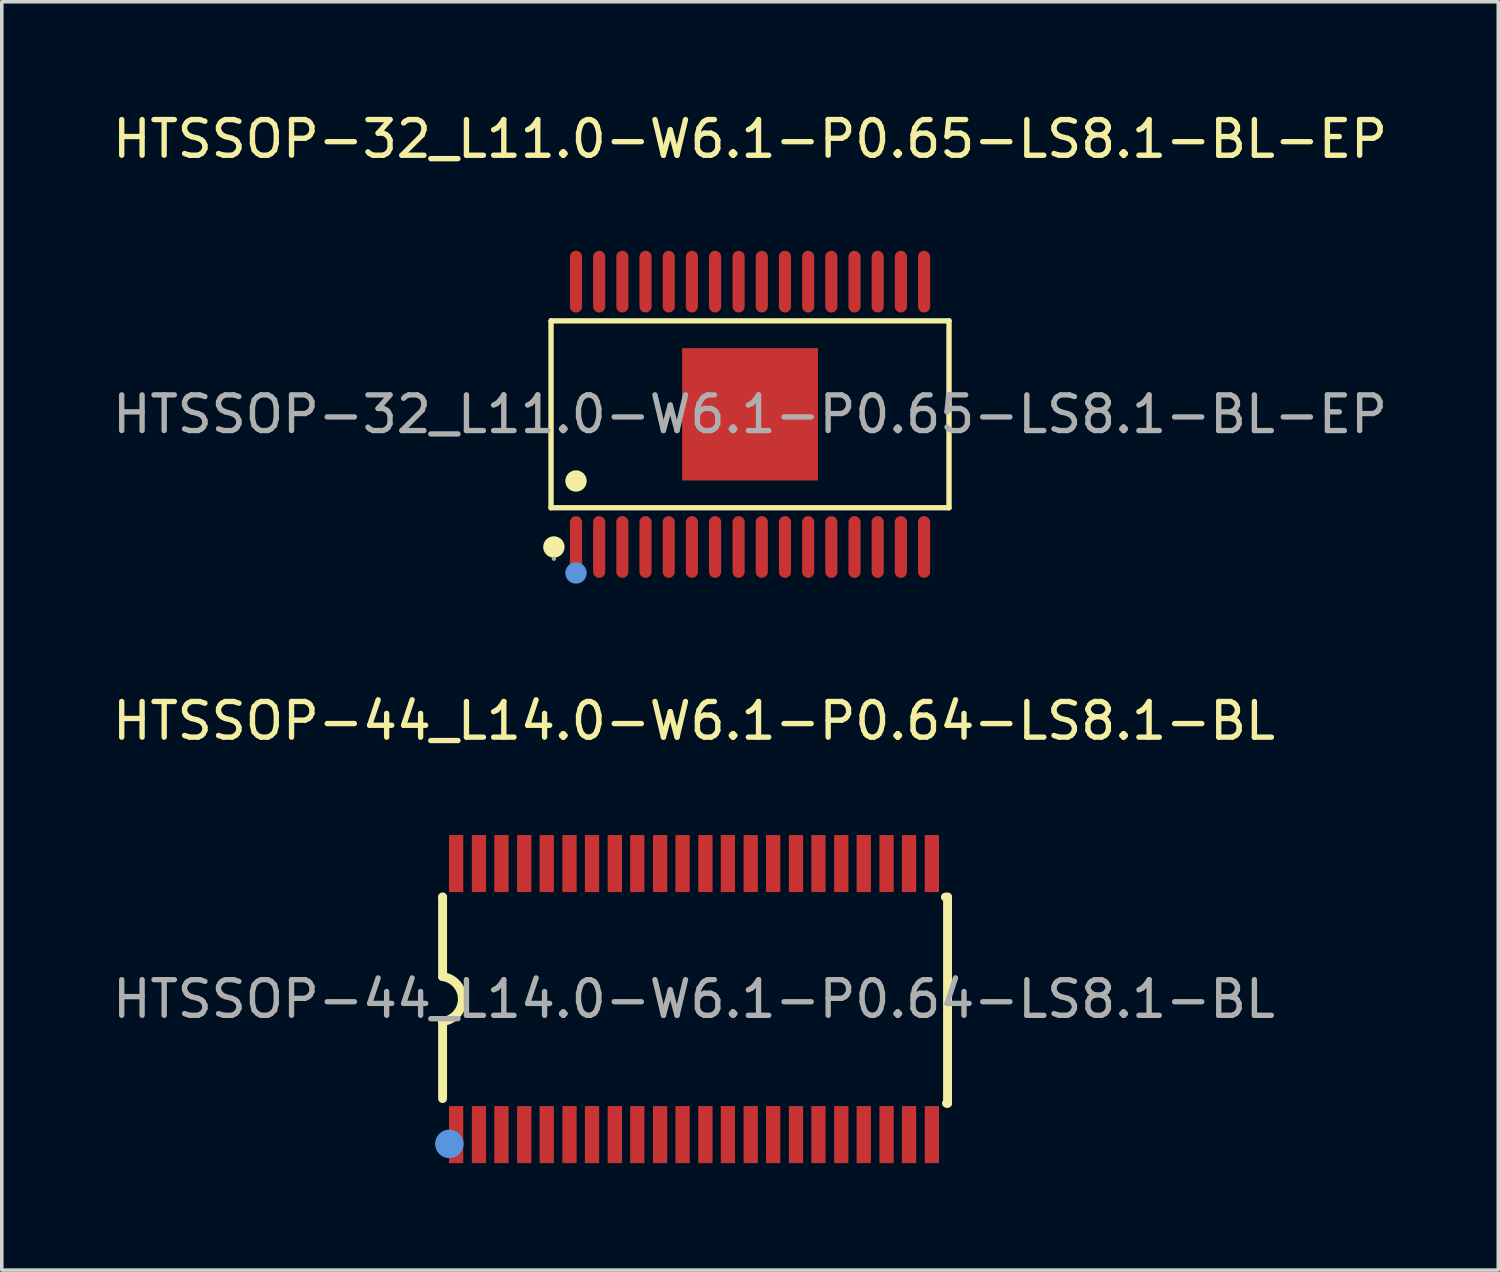
<source format=kicad_pcb>
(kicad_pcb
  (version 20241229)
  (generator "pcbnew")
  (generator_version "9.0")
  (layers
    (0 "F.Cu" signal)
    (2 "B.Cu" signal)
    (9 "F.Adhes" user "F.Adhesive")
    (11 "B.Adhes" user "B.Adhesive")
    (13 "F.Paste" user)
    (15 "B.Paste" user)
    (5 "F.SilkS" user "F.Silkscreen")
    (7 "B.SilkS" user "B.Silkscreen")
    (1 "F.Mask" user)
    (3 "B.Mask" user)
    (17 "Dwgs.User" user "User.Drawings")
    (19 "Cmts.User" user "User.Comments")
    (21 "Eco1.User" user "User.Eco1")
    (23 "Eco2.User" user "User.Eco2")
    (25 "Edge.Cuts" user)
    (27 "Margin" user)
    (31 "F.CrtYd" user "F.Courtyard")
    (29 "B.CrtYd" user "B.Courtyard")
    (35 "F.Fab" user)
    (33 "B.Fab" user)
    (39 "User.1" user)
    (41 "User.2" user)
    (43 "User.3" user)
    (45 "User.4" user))
  (footprint "HTSSOP-32_L11.0-W6.1-P0.65-LS8.1-BL-EP"
    (layer "F.Cu")
    (at 17.982 8.568)
    (property "Reference" "HTSSOP-32_L11.0-W6.1-P0.65-LS8.1-BL-EP" (at 0 -7.72 0) (layer "F.SilkS") (effects (font (size 1 1) (thickness 0.15))))
    (attr through_hole)
    (fp_line (start -5.58 -2.62) (end 5.58 -2.62) (stroke (width 0.15) (type solid)) (layer "F.SilkS"))
    (fp_line (start -5.58 2.62) (end -5.58 -2.62) (stroke (width 0.15) (type solid)) (layer "F.SilkS"))
    (fp_line (start 5.58 -2.62) (end 5.58 2.62) (stroke (width 0.15) (type solid)) (layer "F.SilkS"))
    (fp_line (start 5.58 2.62) (end -5.58 2.62) (stroke (width 0.15) (type solid)) (layer "F.SilkS"))
    (fp_circle (center -5.5 3.72) (end -5.35 3.72) (stroke (width 0.3) (type solid)) (fill no) (layer "F.SilkS"))
    (fp_circle (center -4.88 1.87) (end -4.73 1.87) (stroke (width 0.3) (type solid)) (fill no) (layer "F.SilkS"))
    (fp_circle (center -4.88 4.45) (end -4.73 4.45) (stroke (width 0.3) (type solid)) (fill no) (layer "Cmts.User"))
    (fp_circle (center -5.5 4.05) (end -5.47 4.05) (stroke (width 0.06) (type solid)) (fill no) (layer "F.Fab"))
    (fp_text user "${REFERENCE}" (at 0 0 0) (layer "F.Fab") (effects (font (size 1 1) (thickness 0.15))))
    (pad "1" smd oval (at -4.88 3.72) (size 0.34 1.73) (layers "F.Cu" "F.Mask" "F.Paste"))
    (pad "2" smd oval (at -4.23 3.72) (size 0.34 1.73) (layers "F.Cu" "F.Mask" "F.Paste"))
    (pad "3" smd oval (at -3.58 3.72) (size 0.34 1.73) (layers "F.Cu" "F.Mask" "F.Paste"))
    (pad "4" smd oval (at -2.93 3.72) (size 0.34 1.73) (layers "F.Cu" "F.Mask" "F.Paste"))
    (pad "5" smd oval (at -2.28 3.72) (size 0.34 1.73) (layers "F.Cu" "F.Mask" "F.Paste"))
    (pad "6" smd oval (at -1.63 3.72) (size 0.34 1.73) (layers "F.Cu" "F.Mask" "F.Paste"))
    (pad "7" smd oval (at -0.98 3.72) (size 0.34 1.73) (layers "F.Cu" "F.Mask" "F.Paste"))
    (pad "8" smd oval (at -0.32 3.72) (size 0.34 1.73) (layers "F.Cu" "F.Mask" "F.Paste"))
    (pad "9" smd oval (at 0.33 3.72) (size 0.34 1.73) (layers "F.Cu" "F.Mask" "F.Paste"))
    (pad "10" smd oval (at 0.98 3.72) (size 0.34 1.73) (layers "F.Cu" "F.Mask" "F.Paste"))
    (pad "11" smd oval (at 1.63 3.72) (size 0.34 1.73) (layers "F.Cu" "F.Mask" "F.Paste"))
    (pad "12" smd oval (at 2.28 3.72) (size 0.34 1.73) (layers "F.Cu" "F.Mask" "F.Paste"))
    (pad "13" smd oval (at 2.93 3.72) (size 0.34 1.73) (layers "F.Cu" "F.Mask" "F.Paste"))
    (pad "14" smd oval (at 3.58 3.72) (size 0.34 1.73) (layers "F.Cu" "F.Mask" "F.Paste"))
    (pad "15" smd oval (at 4.23 3.72) (size 0.34 1.73) (layers "F.Cu" "F.Mask" "F.Paste"))
    (pad "16" smd oval (at 4.88 3.72) (size 0.34 1.73) (layers "F.Cu" "F.Mask" "F.Paste"))
    (pad "17" smd oval (at 4.88 -3.72) (size 0.34 1.73) (layers "F.Cu" "F.Mask" "F.Paste"))
    (pad "18" smd oval (at 4.23 -3.72) (size 0.34 1.73) (layers "F.Cu" "F.Mask" "F.Paste"))
    (pad "19" smd oval (at 3.58 -3.72) (size 0.34 1.73) (layers "F.Cu" "F.Mask" "F.Paste"))
    (pad "20" smd oval (at 2.93 -3.72) (size 0.34 1.73) (layers "F.Cu" "F.Mask" "F.Paste"))
    (pad "21" smd oval (at 2.28 -3.72) (size 0.34 1.73) (layers "F.Cu" "F.Mask" "F.Paste"))
    (pad "22" smd oval (at 1.63 -3.72) (size 0.34 1.73) (layers "F.Cu" "F.Mask" "F.Paste"))
    (pad "23" smd oval (at 0.98 -3.72) (size 0.34 1.73) (layers "F.Cu" "F.Mask" "F.Paste"))
    (pad "24" smd oval (at 0.33 -3.72) (size 0.34 1.73) (layers "F.Cu" "F.Mask" "F.Paste"))
    (pad "25" smd oval (at -0.32 -3.72) (size 0.34 1.73) (layers "F.Cu" "F.Mask" "F.Paste"))
    (pad "26" smd oval (at -0.98 -3.72) (size 0.34 1.73) (layers "F.Cu" "F.Mask" "F.Paste"))
    (pad "27" smd oval (at -1.63 -3.72) (size 0.34 1.73) (layers "F.Cu" "F.Mask" "F.Paste"))
    (pad "28" smd oval (at -2.28 -3.72) (size 0.34 1.73) (layers "F.Cu" "F.Mask" "F.Paste"))
    (pad "29" smd oval (at -2.93 -3.72) (size 0.34 1.73) (layers "F.Cu" "F.Mask" "F.Paste"))
    (pad "30" smd oval (at -3.58 -3.72) (size 0.34 1.73) (layers "F.Cu" "F.Mask" "F.Paste"))
    (pad "31" smd oval (at -4.23 -3.72) (size 0.34 1.73) (layers "F.Cu" "F.Mask" "F.Paste"))
    (pad "32" smd oval (at -4.88 -3.72) (size 0.34 1.73) (layers "F.Cu" "F.Mask" "F.Paste"))
    (pad "33" smd rect (at 0 0) (size 3.81 3.71) (layers "F.Cu" "F.Mask" "F.Paste")))
  (footprint "HTSSOP-44_L14.0-W6.1-P0.64-LS8.1-BL"
    (layer "F.Cu")
    (at 16.411 24.966)
    (property "Reference" "HTSSOP-44_L14.0-W6.1-P0.64-LS8.1-BL" (at 0 -7.8 0) (layer "F.SilkS") (effects (font (size 1 1) (thickness 0.15))))
    (attr through_hole)
    (fp_line (start -7.05 -2.86) (end -7.05 -2.86) (stroke (width 0.25) (type solid)) (layer "F.SilkS"))
    (fp_line (start -7.05 -0.64) (end -7.05 -2.86) (stroke (width 0.25) (type solid)) (layer "F.SilkS"))
    (fp_line (start -7.05 2.79) (end -7.05 0.62) (stroke (width 0.25) (type solid)) (layer "F.SilkS"))
    (fp_line (start 7.05 -2.86) (end 7.11 -2.86) (stroke (width 0.25) (type solid)) (layer "F.SilkS"))
    (fp_line (start 7.11 -2.86) (end 7.11 2.92) (stroke (width 0.25) (type solid)) (layer "F.SilkS"))
    (fp_line (start 7.11 2.92) (end 7.08 2.92) (stroke (width 0.25) (type solid)) (layer "F.SilkS"))
    (fp_arc (start -7.051582 -0.630199) (mid -6.494941 -0.000797) (end -7.05 0.63) (stroke (width 0.25) (type solid)) (layer "F.SilkS"))
    (fp_circle (center -6.86 4.06) (end -6.66 4.06) (stroke (width 0.4) (type solid)) (fill no) (layer "Cmts.User"))
    (fp_circle (center -7 4.1) (end -6.95 4.1) (stroke (width 0.1) (type solid)) (fill no) (layer "F.Fab"))
    (fp_text user "${REFERENCE}" (at 0 0 0) (layer "F.Fab") (effects (font (size 1 1) (thickness 0.15))))
    (pad "1" smd rect (at -6.67 3.8 90) (size 1.6 0.4) (layers "F.Cu" "F.Mask" "F.Paste"))
    (pad "2" smd rect (at -6.03 3.8 90) (size 1.6 0.4) (layers "F.Cu" "F.Mask" "F.Paste"))
    (pad "3" smd rect (at -5.4 3.8 90) (size 1.6 0.4) (layers "F.Cu" "F.Mask" "F.Paste"))
    (pad "4" smd rect (at -4.76 3.8 90) (size 1.6 0.4) (layers "F.Cu" "F.Mask" "F.Paste"))
    (pad "5" smd rect (at -4.13 3.8 90) (size 1.6 0.4) (layers "F.Cu" "F.Mask" "F.Paste"))
    (pad "6" smd rect (at -3.49 3.8 90) (size 1.6 0.4) (layers "F.Cu" "F.Mask" "F.Paste"))
    (pad "7" smd rect (at -2.86 3.8 90) (size 1.6 0.4) (layers "F.Cu" "F.Mask" "F.Paste"))
    (pad "8" smd rect (at -2.22 3.8 90) (size 1.6 0.4) (layers "F.Cu" "F.Mask" "F.Paste"))
    (pad "9" smd rect (at -1.59 3.8 90) (size 1.6 0.4) (layers "F.Cu" "F.Mask" "F.Paste"))
    (pad "10" smd rect (at -0.95 3.8 90) (size 1.6 0.4) (layers "F.Cu" "F.Mask" "F.Paste"))
    (pad "11" smd rect (at -0.32 3.8 90) (size 1.6 0.4) (layers "F.Cu" "F.Mask" "F.Paste"))
    (pad "12" smd rect (at 0.32 3.8 90) (size 1.6 0.4) (layers "F.Cu" "F.Mask" "F.Paste"))
    (pad "13" smd rect (at 0.95 3.8 90) (size 1.6 0.4) (layers "F.Cu" "F.Mask" "F.Paste"))
    (pad "14" smd rect (at 1.59 3.8 90) (size 1.6 0.4) (layers "F.Cu" "F.Mask" "F.Paste"))
    (pad "15" smd rect (at 2.22 3.8 90) (size 1.6 0.4) (layers "F.Cu" "F.Mask" "F.Paste"))
    (pad "16" smd rect (at 2.86 3.8 90) (size 1.6 0.4) (layers "F.Cu" "F.Mask" "F.Paste"))
    (pad "17" smd rect (at 3.49 3.8 90) (size 1.6 0.4) (layers "F.Cu" "F.Mask" "F.Paste"))
    (pad "18" smd rect (at 4.13 3.8 90) (size 1.6 0.4) (layers "F.Cu" "F.Mask" "F.Paste"))
    (pad "19" smd rect (at 4.76 3.8 90) (size 1.6 0.4) (layers "F.Cu" "F.Mask" "F.Paste"))
    (pad "20" smd rect (at 5.4 3.8 90) (size 1.6 0.4) (layers "F.Cu" "F.Mask" "F.Paste"))
    (pad "21" smd rect (at 6.03 3.8 90) (size 1.6 0.4) (layers "F.Cu" "F.Mask" "F.Paste"))
    (pad "22" smd rect (at 6.67 3.8 90) (size 1.6 0.4) (layers "F.Cu" "F.Mask" "F.Paste"))
    (pad "23" smd rect (at 6.67 -3.8 90) (size 1.6 0.4) (layers "F.Cu" "F.Mask" "F.Paste"))
    (pad "24" smd rect (at 6.03 -3.8 90) (size 1.6 0.4) (layers "F.Cu" "F.Mask" "F.Paste"))
    (pad "25" smd rect (at 5.4 -3.8 90) (size 1.6 0.4) (layers "F.Cu" "F.Mask" "F.Paste"))
    (pad "26" smd rect (at 4.76 -3.8 90) (size 1.6 0.4) (layers "F.Cu" "F.Mask" "F.Paste"))
    (pad "27" smd rect (at 4.13 -3.8 90) (size 1.6 0.4) (layers "F.Cu" "F.Mask" "F.Paste"))
    (pad "28" smd rect (at 3.49 -3.8 90) (size 1.6 0.4) (layers "F.Cu" "F.Mask" "F.Paste"))
    (pad "29" smd rect (at 2.86 -3.8 90) (size 1.6 0.4) (layers "F.Cu" "F.Mask" "F.Paste"))
    (pad "30" smd rect (at 2.22 -3.8 90) (size 1.6 0.4) (layers "F.Cu" "F.Mask" "F.Paste"))
    (pad "31" smd rect (at 1.59 -3.8 90) (size 1.6 0.4) (layers "F.Cu" "F.Mask" "F.Paste"))
    (pad "32" smd rect (at 0.95 -3.8 90) (size 1.6 0.4) (layers "F.Cu" "F.Mask" "F.Paste"))
    (pad "33" smd rect (at 0.32 -3.8 90) (size 1.6 0.4) (layers "F.Cu" "F.Mask" "F.Paste"))
    (pad "34" smd rect (at -0.32 -3.8 90) (size 1.6 0.4) (layers "F.Cu" "F.Mask" "F.Paste"))
    (pad "35" smd rect (at -0.95 -3.8 90) (size 1.6 0.4) (layers "F.Cu" "F.Mask" "F.Paste"))
    (pad "36" smd rect (at -1.59 -3.8 90) (size 1.6 0.4) (layers "F.Cu" "F.Mask" "F.Paste"))
    (pad "37" smd rect (at -2.22 -3.8 90) (size 1.6 0.4) (layers "F.Cu" "F.Mask" "F.Paste"))
    (pad "38" smd rect (at -2.86 -3.8 90) (size 1.6 0.4) (layers "F.Cu" "F.Mask" "F.Paste"))
    (pad "39" smd rect (at -3.49 -3.8 90) (size 1.6 0.4) (layers "F.Cu" "F.Mask" "F.Paste"))
    (pad "40" smd rect (at -4.13 -3.8 90) (size 1.6 0.4) (layers "F.Cu" "F.Mask" "F.Paste"))
    (pad "41" smd rect (at -4.76 -3.8 90) (size 1.6 0.4) (layers "F.Cu" "F.Mask" "F.Paste"))
    (pad "42" smd rect (at -5.4 -3.8 90) (size 1.6 0.4) (layers "F.Cu" "F.Mask" "F.Paste"))
    (pad "43" smd rect (at -6.03 -3.8 90) (size 1.6 0.4) (layers "F.Cu" "F.Mask" "F.Paste"))
    (pad "44" smd rect (at -6.67 -3.8 90) (size 1.6 0.4) (layers "F.Cu" "F.Mask" "F.Paste")))
  (gr_rect
    (start -3 -3)
    (end 38.964 32.566)
    (stroke (width 0.1) (type default))
    (fill no)
    (layer "Edge.Cuts")))
</source>
